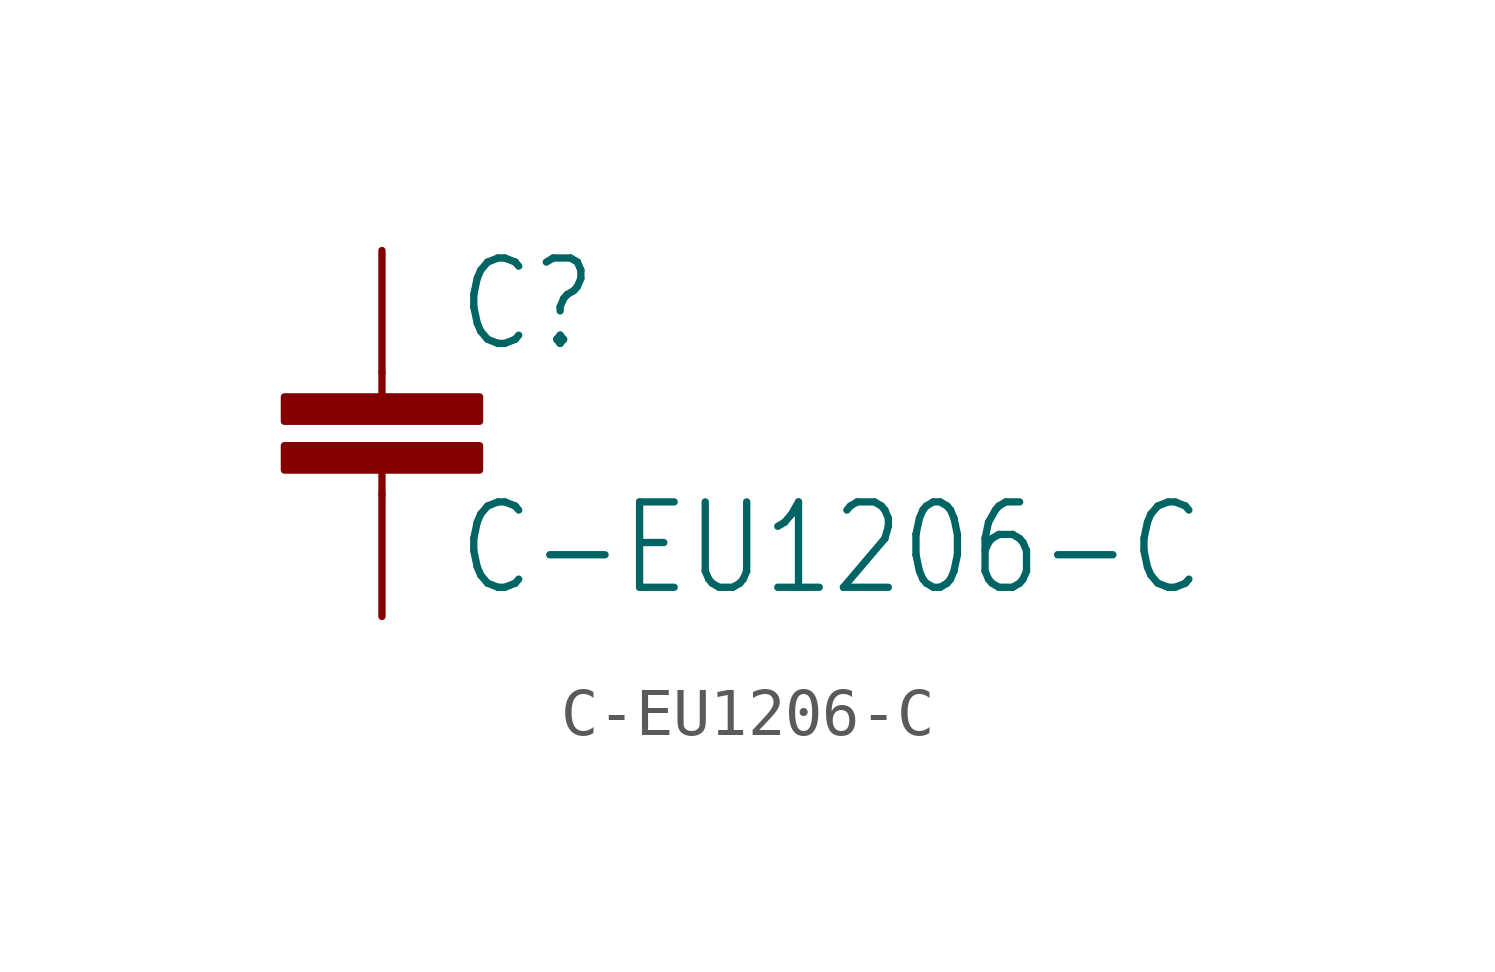
<source format=kicad_sym>
(kicad_symbol_lib
  (version 20211014)
  (generator kicad_symbol_editor)
  (symbol "C-EU1206-C"
    (property "Reference" "C"
      (at 1.524 0.381 0)
      (effects (font (size 1.778 1.511)) (justify left bottom)))
    (property "Value" "C-EU1206-C"
      (at 1.524 -4.699 0)
      (effects (font (size 1.778 1.511)) (justify left bottom)))
    (property "ki_locked" ""
      (at 0 0 0)
      (effects (font (size 1.27 1.27))))
    (symbol "C-EU1206-C_1_0"
      (rectangle (start -2.032 -2.032) (end 2.032 -1.524) (stroke (width 0) (type default)) (fill (type outline)))
      (rectangle (start -2.032 -1.016) (end 2.032 -0.508) (stroke (width 0) (type default)) (fill (type outline)))
      (polyline (pts (xy 0 -2.54) (xy 0 -2.032)) (stroke (width 0.152) (type default)) (fill (type none)))
      (polyline (pts (xy 0 0) (xy 0 -0.508)) (stroke (width 0.152) (type default)) (fill (type none)))
      (pin passive line (at 0 2.54 270) (length 2.54) (name "1" (effects (font (size 0 0)))) (number "1" (effects (font (size 0 0)))))
      (pin passive line (at 0 -5.08 90) (length 2.54) (name "2" (effects (font (size 0 0)))) (number "2" (effects (font (size 0 0))))))))
</source>
